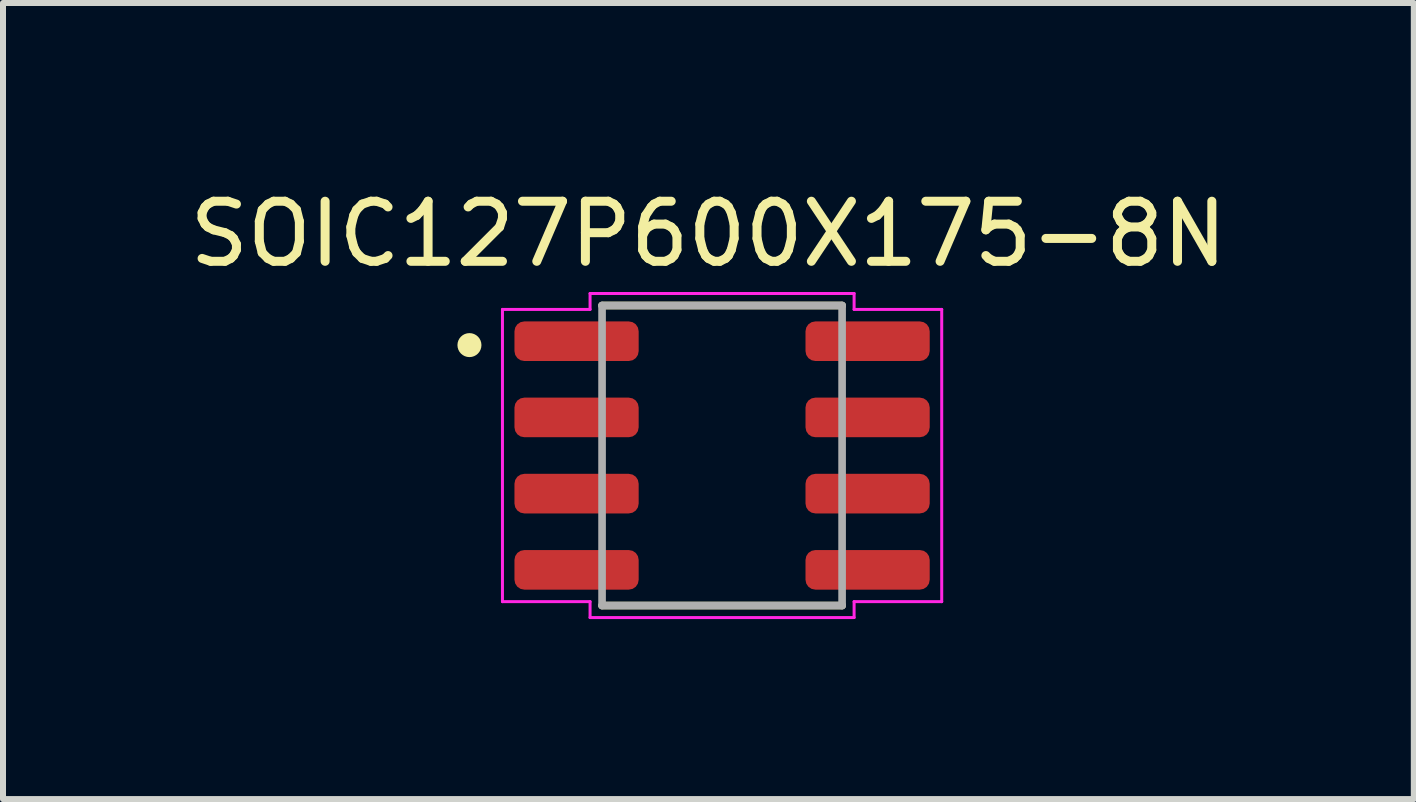
<source format=kicad_pcb>
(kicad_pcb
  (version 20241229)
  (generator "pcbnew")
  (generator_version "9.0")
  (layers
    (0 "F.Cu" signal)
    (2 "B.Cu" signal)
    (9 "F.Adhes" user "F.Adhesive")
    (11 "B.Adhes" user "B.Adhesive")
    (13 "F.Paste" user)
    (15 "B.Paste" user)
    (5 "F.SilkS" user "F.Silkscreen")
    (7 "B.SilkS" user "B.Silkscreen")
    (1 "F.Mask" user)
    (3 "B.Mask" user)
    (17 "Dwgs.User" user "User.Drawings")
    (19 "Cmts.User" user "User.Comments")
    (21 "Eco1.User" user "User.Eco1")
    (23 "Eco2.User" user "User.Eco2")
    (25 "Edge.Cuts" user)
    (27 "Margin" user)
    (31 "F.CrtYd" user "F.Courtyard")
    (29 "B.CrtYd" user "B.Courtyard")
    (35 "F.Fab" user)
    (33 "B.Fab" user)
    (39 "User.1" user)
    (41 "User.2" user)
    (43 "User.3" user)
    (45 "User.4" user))
  (footprint "SOIC127P600X175-8N"
    (layer "F.Cu")
    (at 8.983 4.541)
    (property "Reference" "SOIC127P600X175-8N" (at -0.228 -3.692 0) (layer "F.SilkS") (effects (font (size 1.001 1.001) (thickness 0.15))))
    (attr smd)
    (fp_line (start -2 -2.5) (end 2 -2.5) (stroke (width 0.127) (type solid)) (layer "F.SilkS"))
    (fp_line (start 2 2.5) (end -2 2.5) (stroke (width 0.127) (type solid)) (layer "F.SilkS"))
    (fp_circle (center -4.21 -1.84) (end -4.11 -1.84) (stroke (width 0.2) (type solid)) (fill no) (layer "F.SilkS"))
    (fp_line (start -3.66 -2.435) (end -2.2 -2.435) (stroke (width 0.05) (type solid)) (layer "F.CrtYd"))
    (fp_line (start -3.66 2.435) (end -3.66 -2.435) (stroke (width 0.05) (type solid)) (layer "F.CrtYd"))
    (fp_line (start -2.2 -2.7) (end 2.2 -2.7) (stroke (width 0.05) (type solid)) (layer "F.CrtYd"))
    (fp_line (start -2.2 -2.435) (end -2.2 -2.7) (stroke (width 0.05) (type solid)) (layer "F.CrtYd"))
    (fp_line (start -2.2 2.435) (end -3.66 2.435) (stroke (width 0.05) (type solid)) (layer "F.CrtYd"))
    (fp_line (start -2.2 2.7) (end -2.2 2.435) (stroke (width 0.05) (type solid)) (layer "F.CrtYd"))
    (fp_line (start 2.2 -2.7) (end 2.2 -2.435) (stroke (width 0.05) (type solid)) (layer "F.CrtYd"))
    (fp_line (start 2.2 -2.435) (end 3.66 -2.435) (stroke (width 0.05) (type solid)) (layer "F.CrtYd"))
    (fp_line (start 2.2 2.435) (end 2.2 2.7) (stroke (width 0.05) (type solid)) (layer "F.CrtYd"))
    (fp_line (start 2.2 2.7) (end -2.2 2.7) (stroke (width 0.05) (type solid)) (layer "F.CrtYd"))
    (fp_line (start 3.66 -2.435) (end 3.66 2.435) (stroke (width 0.05) (type solid)) (layer "F.CrtYd"))
    (fp_line (start 3.66 2.435) (end 2.2 2.435) (stroke (width 0.05) (type solid)) (layer "F.CrtYd"))
    (fp_line (start -2 -2.5) (end 2 -2.5) (stroke (width 0.127) (type solid)) (layer "F.Fab"))
    (fp_line (start -2 2.5) (end -2 -2.5) (stroke (width 0.127) (type solid)) (layer "F.Fab"))
    (fp_line (start 2 -2.5) (end 2 2.5) (stroke (width 0.127) (type solid)) (layer "F.Fab"))
    (fp_line (start 2 2.5) (end -2 2.5) (stroke (width 0.127) (type solid)) (layer "F.Fab"))
    (pad "1" smd roundrect (at -2.425 -1.905) (size 2.07 0.66) (layers "F.Cu" "F.Mask" "F.Paste") (roundrect_rratio 0.25))
    (pad "2" smd roundrect (at -2.425 -0.635) (size 2.07 0.66) (layers "F.Cu" "F.Mask" "F.Paste") (roundrect_rratio 0.25))
    (pad "3" smd roundrect (at -2.425 0.635) (size 2.07 0.66) (layers "F.Cu" "F.Mask" "F.Paste") (roundrect_rratio 0.25))
    (pad "4" smd roundrect (at -2.425 1.905) (size 2.07 0.66) (layers "F.Cu" "F.Mask" "F.Paste") (roundrect_rratio 0.25))
    (pad "5" smd roundrect (at 2.425 1.905) (size 2.07 0.66) (layers "F.Cu" "F.Mask" "F.Paste") (roundrect_rratio 0.25))
    (pad "6" smd roundrect (at 2.425 0.635) (size 2.07 0.66) (layers "F.Cu" "F.Mask" "F.Paste") (roundrect_rratio 0.25))
    (pad "7" smd roundrect (at 2.425 -0.635) (size 2.07 0.66) (layers "F.Cu" "F.Mask" "F.Paste") (roundrect_rratio 0.25))
    (pad "8" smd roundrect (at 2.425 -1.905) (size 2.07 0.66) (layers "F.Cu" "F.Mask" "F.Paste") (roundrect_rratio 0.25)))
  (gr_rect
    (start -3 -3)
    (end 20.51 10.266)
    (stroke (width 0.1) (type default))
    (fill no)
    (layer "Edge.Cuts")))
</source>
